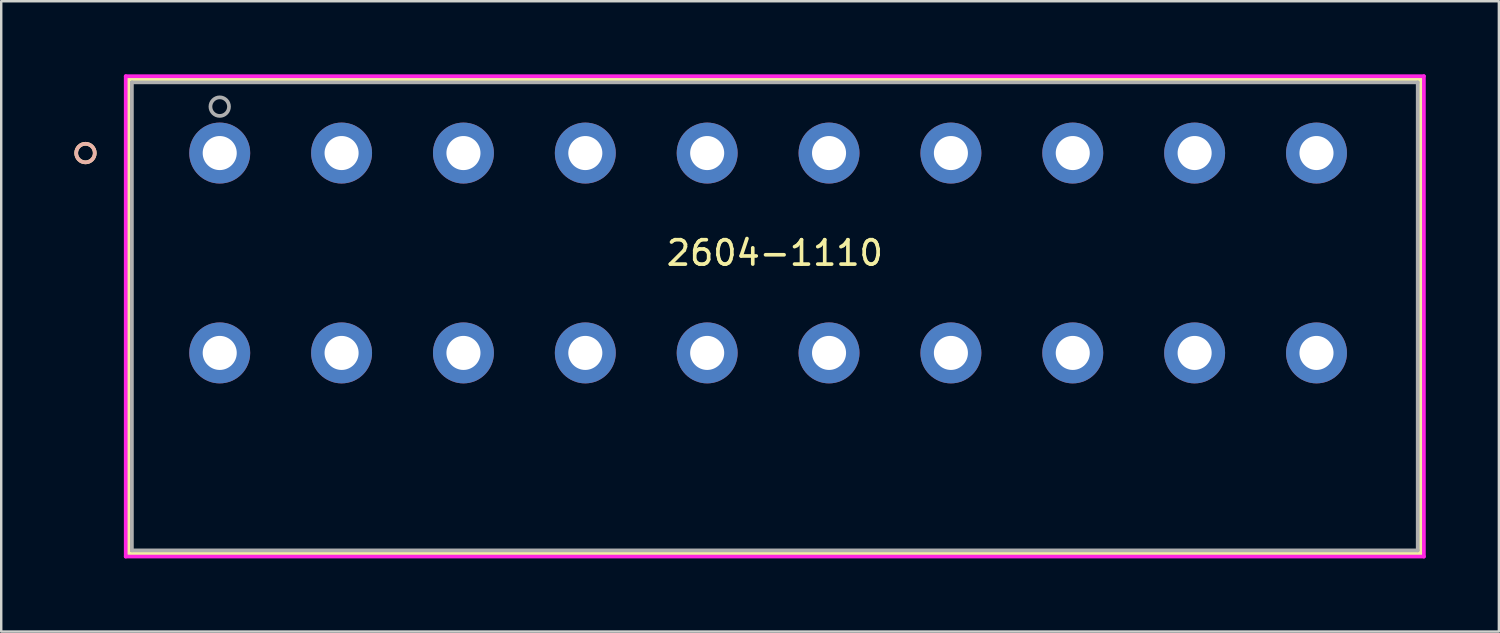
<source format=kicad_pcb>
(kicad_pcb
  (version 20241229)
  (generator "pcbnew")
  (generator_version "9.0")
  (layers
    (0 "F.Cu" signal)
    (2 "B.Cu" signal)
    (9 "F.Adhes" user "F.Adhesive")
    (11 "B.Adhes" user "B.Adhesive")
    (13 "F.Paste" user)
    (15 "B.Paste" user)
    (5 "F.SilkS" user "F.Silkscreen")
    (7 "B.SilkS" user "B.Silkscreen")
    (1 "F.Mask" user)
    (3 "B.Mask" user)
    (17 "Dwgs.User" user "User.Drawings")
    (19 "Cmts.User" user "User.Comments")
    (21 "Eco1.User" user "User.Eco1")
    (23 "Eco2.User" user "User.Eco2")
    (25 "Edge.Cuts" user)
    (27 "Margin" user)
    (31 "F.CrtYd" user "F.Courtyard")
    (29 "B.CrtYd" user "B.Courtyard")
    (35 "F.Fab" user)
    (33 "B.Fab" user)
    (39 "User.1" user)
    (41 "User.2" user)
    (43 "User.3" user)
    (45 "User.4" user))
  (footprint "2604-1110"
    (layer "F.Cu")
    (at 5.965 3.23)
    (property "Reference" "2604-1110" (at 22.775 4.1 0) (layer "F.SilkS") (effects (font (size 1 1) (thickness 0.15))))
    (attr through_hole)
    (fp_line (start -3.73 -3.027) (end -3.73 16.429) (stroke (width 0.152) (type solid)) (layer "F.SilkS"))
    (fp_line (start -3.73 16.429) (end 49.28 16.429) (stroke (width 0.152) (type solid)) (layer "F.SilkS"))
    (fp_line (start 49.28 -3.027) (end -3.73 -3.027) (stroke (width 0.152) (type solid)) (layer "F.SilkS"))
    (fp_line (start 49.28 16.429) (end 49.28 -3.027) (stroke (width 0.152) (type solid)) (layer "F.SilkS"))
    (fp_circle (center -5.508 0) (end -5.127 0) (stroke (width 0.152) (type solid)) (fill no) (layer "F.SilkS"))
    (fp_circle (center -5.508 0) (end -5.127 0) (stroke (width 0.152) (type solid)) (fill no) (layer "B.SilkS"))
    (fp_line (start -3.857 -3.154) (end -3.857 16.556) (stroke (width 0.152) (type solid)) (layer "F.CrtYd"))
    (fp_line (start -3.857 16.556) (end 49.407 16.556) (stroke (width 0.152) (type solid)) (layer "F.CrtYd"))
    (fp_line (start 49.407 -3.154) (end -3.857 -3.154) (stroke (width 0.152) (type solid)) (layer "F.CrtYd"))
    (fp_line (start 49.407 16.556) (end 49.407 -3.154) (stroke (width 0.152) (type solid)) (layer "F.CrtYd"))
    (fp_line (start -3.603 -2.9) (end -3.603 16.302) (stroke (width 0.152) (type solid)) (layer "F.Fab"))
    (fp_line (start -3.603 16.302) (end 49.153 16.302) (stroke (width 0.152) (type solid)) (layer "F.Fab"))
    (fp_line (start 49.153 -2.9) (end -3.603 -2.9) (stroke (width 0.152) (type solid)) (layer "F.Fab"))
    (fp_line (start 49.153 16.302) (end 49.153 -2.9) (stroke (width 0.152) (type solid)) (layer "F.Fab"))
    (fp_circle (center 0 -1.905) (end 0.381 -1.905) (stroke (width 0.152) (type solid)) (fill no) (layer "F.Fab"))
    (fp_text user "Copyright 2016 Accelerated Designs. All rights reserved." (at 0 0 0) (layer "Cmts.User") (effects (font (size 0.127 0.127) (thickness 0.002))))
    (pad "1" thru_hole circle (at 0.000001 0) (size 2.5 2.5) (drill 1.397) (layers "*.Cu" "*.Mask"))
    (pad "1" thru_hole circle (at 0.000001 8.2) (size 2.5 2.5) (drill 1.397) (layers "*.Cu" "*.Mask"))
    (pad "2" thru_hole circle (at 5 0) (size 2.5 2.5) (drill 1.397) (layers "*.Cu" "*.Mask"))
    (pad "2" thru_hole circle (at 5 8.2) (size 2.5 2.5) (drill 1.397) (layers "*.Cu" "*.Mask"))
    (pad "3" thru_hole circle (at 10 0) (size 2.5 2.5) (drill 1.397) (layers "*.Cu" "*.Mask"))
    (pad "3" thru_hole circle (at 10 8.2) (size 2.5 2.5) (drill 1.397) (layers "*.Cu" "*.Mask"))
    (pad "4" thru_hole circle (at 15 0) (size 2.5 2.5) (drill 1.397) (layers "*.Cu" "*.Mask"))
    (pad "4" thru_hole circle (at 15 8.2) (size 2.5 2.5) (drill 1.397) (layers "*.Cu" "*.Mask"))
    (pad "5" thru_hole circle (at 20 0) (size 2.5 2.5) (drill 1.397) (layers "*.Cu" "*.Mask"))
    (pad "5" thru_hole circle (at 20 8.2) (size 2.5 2.5) (drill 1.397) (layers "*.Cu" "*.Mask"))
    (pad "6" thru_hole circle (at 25 0) (size 2.5 2.5) (drill 1.397) (layers "*.Cu" "*.Mask"))
    (pad "6" thru_hole circle (at 25 8.2) (size 2.5 2.5) (drill 1.397) (layers "*.Cu" "*.Mask"))
    (pad "7" thru_hole circle (at 30 0) (size 2.5 2.5) (drill 1.397) (layers "*.Cu" "*.Mask"))
    (pad "7" thru_hole circle (at 30 8.2) (size 2.5 2.5) (drill 1.397) (layers "*.Cu" "*.Mask"))
    (pad "8" thru_hole circle (at 35 0) (size 2.5 2.5) (drill 1.397) (layers "*.Cu" "*.Mask"))
    (pad "8" thru_hole circle (at 35 8.2) (size 2.5 2.5) (drill 1.397) (layers "*.Cu" "*.Mask"))
    (pad "9" thru_hole circle (at 40 0) (size 2.5 2.5) (drill 1.397) (layers "*.Cu" "*.Mask"))
    (pad "9" thru_hole circle (at 40 8.2) (size 2.5 2.5) (drill 1.397) (layers "*.Cu" "*.Mask"))
    (pad "10" thru_hole circle (at 45 0) (size 2.5 2.5) (drill 1.397) (layers "*.Cu" "*.Mask"))
    (pad "10" thru_hole circle (at 45 8.2) (size 2.5 2.5) (drill 1.397) (layers "*.Cu" "*.Mask")))
  (gr_rect
    (start -3 -3)
    (end 58.448 22.863)
    (stroke (width 0.1) (type default))
    (fill no)
    (layer "Edge.Cuts")))
</source>
